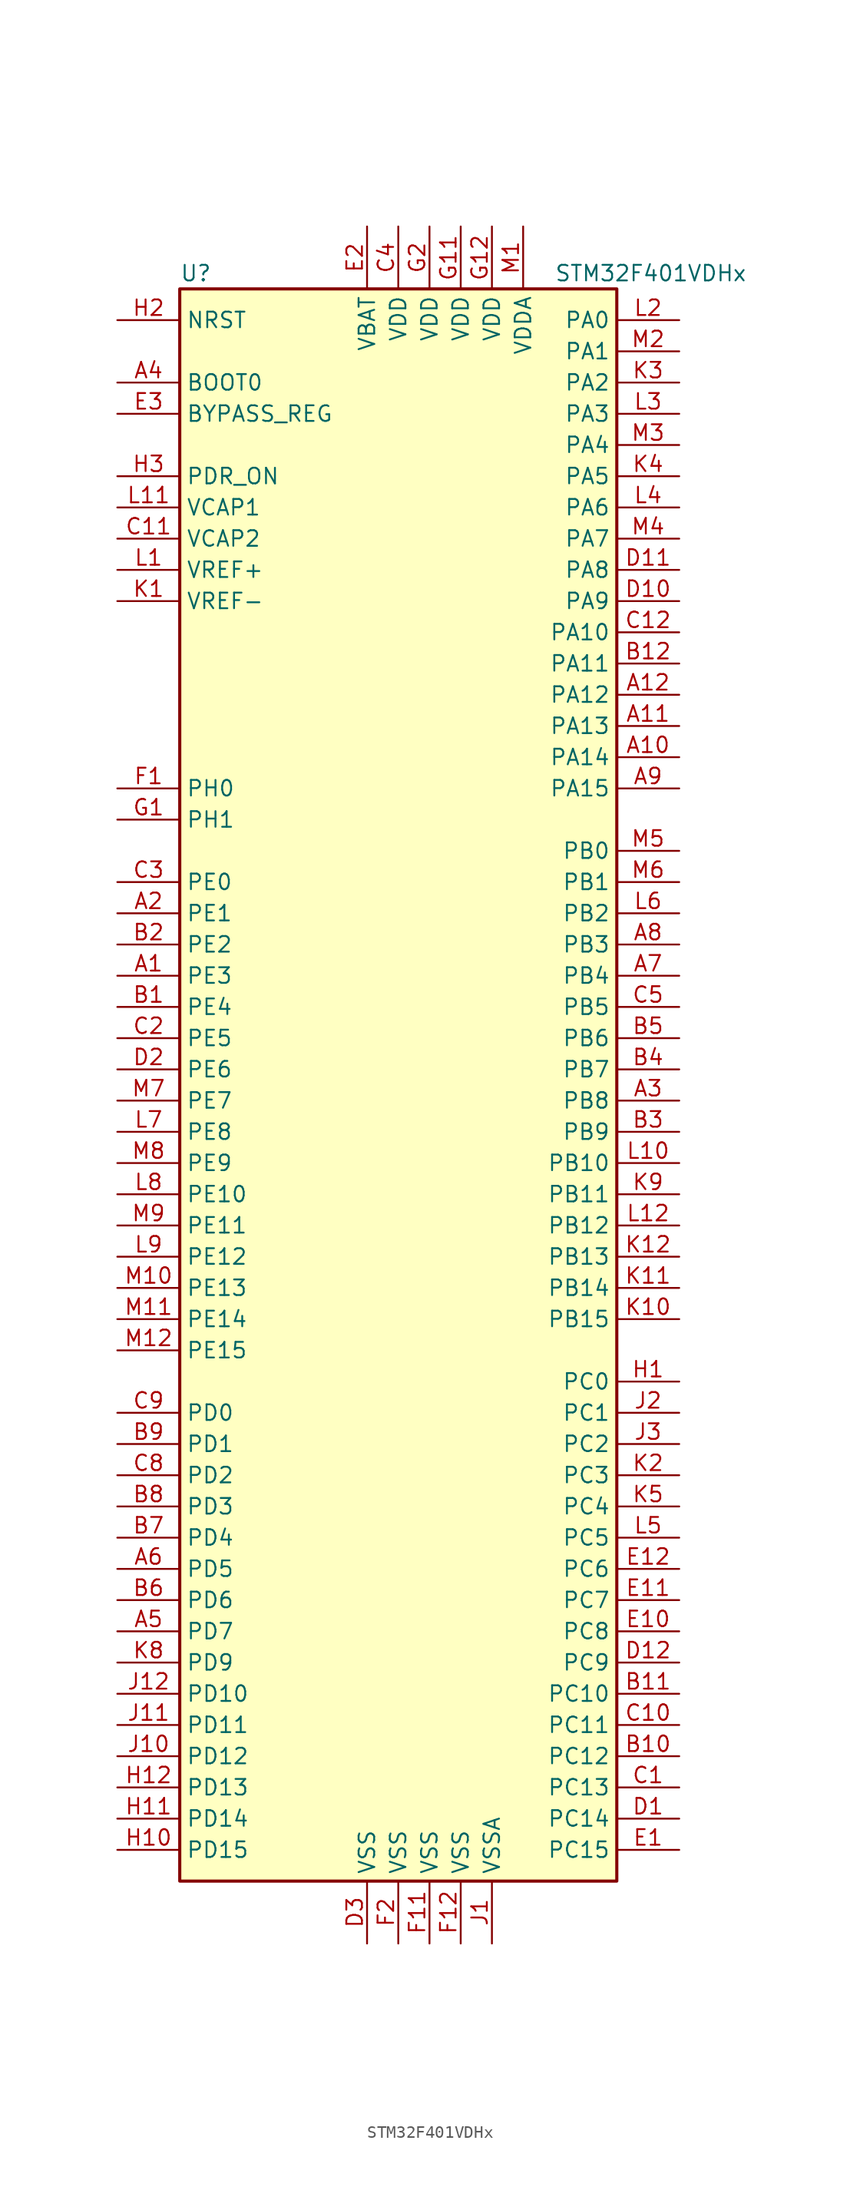
<source format=kicad_sym>
(kicad_symbol_lib
  (version 20211014)
  (generator kicad_symbol_editor)
  (symbol "STM32F401VDHx"
    (property "Reference" "U"
      (at -17.78 64.77 0)
      (effects (font (size 1.27 1.27)) (justify left)))
    (property "Value" "STM32F401VDHx"
      (at 12.7 64.77 0)
      (effects (font (size 1.27 1.27)) (justify left)))
    (symbol "STM32F401VDHx_0_1"
      (rectangle (start -17.78 -66.04) (end 17.78 63.5) (stroke (width 0.254) (type default) (color 0 0 0 0)) (fill (type background))))
    (symbol "STM32F401VDHx_1_1"
      (pin bidirectional line (at -22.86 7.62 0) (length 5.08) (name "PE3" (effects (font (size 1.27 1.27)))) (number "A1" (effects (font (size 1.27 1.27)))))
      (pin bidirectional line (at 22.86 25.4 180) (length 5.08) (name "PA14" (effects (font (size 1.27 1.27)))) (number "A10" (effects (font (size 1.27 1.27)))))
      (pin bidirectional line (at 22.86 27.94 180) (length 5.08) (name "PA13" (effects (font (size 1.27 1.27)))) (number "A11" (effects (font (size 1.27 1.27)))))
      (pin bidirectional line (at 22.86 30.48 180) (length 5.08) (name "PA12" (effects (font (size 1.27 1.27)))) (number "A12" (effects (font (size 1.27 1.27)))))
      (pin bidirectional line (at -22.86 12.7 0) (length 5.08) (name "PE1" (effects (font (size 1.27 1.27)))) (number "A2" (effects (font (size 1.27 1.27)))))
      (pin bidirectional line (at 22.86 -2.54 180) (length 5.08) (name "PB8" (effects (font (size 1.27 1.27)))) (number "A3" (effects (font (size 1.27 1.27)))))
      (pin input line (at -22.86 55.88 0) (length 5.08) (name "BOOT0" (effects (font (size 1.27 1.27)))) (number "A4" (effects (font (size 1.27 1.27)))))
      (pin bidirectional line (at -22.86 -45.72 0) (length 5.08) (name "PD7" (effects (font (size 1.27 1.27)))) (number "A5" (effects (font (size 1.27 1.27)))))
      (pin bidirectional line (at -22.86 -40.64 0) (length 5.08) (name "PD5" (effects (font (size 1.27 1.27)))) (number "A6" (effects (font (size 1.27 1.27)))))
      (pin bidirectional line (at 22.86 7.62 180) (length 5.08) (name "PB4" (effects (font (size 1.27 1.27)))) (number "A7" (effects (font (size 1.27 1.27)))))
      (pin bidirectional line (at 22.86 10.16 180) (length 5.08) (name "PB3" (effects (font (size 1.27 1.27)))) (number "A8" (effects (font (size 1.27 1.27)))))
      (pin bidirectional line (at 22.86 22.86 180) (length 5.08) (name "PA15" (effects (font (size 1.27 1.27)))) (number "A9" (effects (font (size 1.27 1.27)))))
      (pin bidirectional line (at -22.86 5.08 0) (length 5.08) (name "PE4" (effects (font (size 1.27 1.27)))) (number "B1" (effects (font (size 1.27 1.27)))))
      (pin bidirectional line (at 22.86 -55.88 180) (length 5.08) (name "PC12" (effects (font (size 1.27 1.27)))) (number "B10" (effects (font (size 1.27 1.27)))))
      (pin bidirectional line (at 22.86 -50.8 180) (length 5.08) (name "PC10" (effects (font (size 1.27 1.27)))) (number "B11" (effects (font (size 1.27 1.27)))))
      (pin bidirectional line (at 22.86 33.02 180) (length 5.08) (name "PA11" (effects (font (size 1.27 1.27)))) (number "B12" (effects (font (size 1.27 1.27)))))
      (pin bidirectional line (at -22.86 10.16 0) (length 5.08) (name "PE2" (effects (font (size 1.27 1.27)))) (number "B2" (effects (font (size 1.27 1.27)))))
      (pin bidirectional line (at 22.86 -5.08 180) (length 5.08) (name "PB9" (effects (font (size 1.27 1.27)))) (number "B3" (effects (font (size 1.27 1.27)))))
      (pin bidirectional line (at 22.86 0 180) (length 5.08) (name "PB7" (effects (font (size 1.27 1.27)))) (number "B4" (effects (font (size 1.27 1.27)))))
      (pin bidirectional line (at 22.86 2.54 180) (length 5.08) (name "PB6" (effects (font (size 1.27 1.27)))) (number "B5" (effects (font (size 1.27 1.27)))))
      (pin bidirectional line (at -22.86 -43.18 0) (length 5.08) (name "PD6" (effects (font (size 1.27 1.27)))) (number "B6" (effects (font (size 1.27 1.27)))))
      (pin bidirectional line (at -22.86 -38.1 0) (length 5.08) (name "PD4" (effects (font (size 1.27 1.27)))) (number "B7" (effects (font (size 1.27 1.27)))))
      (pin bidirectional line (at -22.86 -35.56 0) (length 5.08) (name "PD3" (effects (font (size 1.27 1.27)))) (number "B8" (effects (font (size 1.27 1.27)))))
      (pin bidirectional line (at -22.86 -30.48 0) (length 5.08) (name "PD1" (effects (font (size 1.27 1.27)))) (number "B9" (effects (font (size 1.27 1.27)))))
      (pin bidirectional line (at 22.86 -58.42 180) (length 5.08) (name "PC13" (effects (font (size 1.27 1.27)))) (number "C1" (effects (font (size 1.27 1.27)))))
      (pin bidirectional line (at 22.86 -53.34 180) (length 5.08) (name "PC11" (effects (font (size 1.27 1.27)))) (number "C10" (effects (font (size 1.27 1.27)))))
      (pin power_in line (at -22.86 43.18 0) (length 5.08) (name "VCAP2" (effects (font (size 1.27 1.27)))) (number "C11" (effects (font (size 1.27 1.27)))))
      (pin bidirectional line (at 22.86 35.56 180) (length 5.08) (name "PA10" (effects (font (size 1.27 1.27)))) (number "C12" (effects (font (size 1.27 1.27)))))
      (pin bidirectional line (at -22.86 2.54 0) (length 5.08) (name "PE5" (effects (font (size 1.27 1.27)))) (number "C2" (effects (font (size 1.27 1.27)))))
      (pin bidirectional line (at -22.86 15.24 0) (length 5.08) (name "PE0" (effects (font (size 1.27 1.27)))) (number "C3" (effects (font (size 1.27 1.27)))))
      (pin power_in line (at 0 68.58 270) (length 5.08) (name "VDD" (effects (font (size 1.27 1.27)))) (number "C4" (effects (font (size 1.27 1.27)))))
      (pin bidirectional line (at 22.86 5.08 180) (length 5.08) (name "PB5" (effects (font (size 1.27 1.27)))) (number "C5" (effects (font (size 1.27 1.27)))))
      (pin bidirectional line (at -22.86 -33.02 0) (length 5.08) (name "PD2" (effects (font (size 1.27 1.27)))) (number "C8" (effects (font (size 1.27 1.27)))))
      (pin bidirectional line (at -22.86 -27.94 0) (length 5.08) (name "PD0" (effects (font (size 1.27 1.27)))) (number "C9" (effects (font (size 1.27 1.27)))))
      (pin bidirectional line (at 22.86 -60.96 180) (length 5.08) (name "PC14" (effects (font (size 1.27 1.27)))) (number "D1" (effects (font (size 1.27 1.27)))))
      (pin bidirectional line (at 22.86 38.1 180) (length 5.08) (name "PA9" (effects (font (size 1.27 1.27)))) (number "D10" (effects (font (size 1.27 1.27)))))
      (pin bidirectional line (at 22.86 40.64 180) (length 5.08) (name "PA8" (effects (font (size 1.27 1.27)))) (number "D11" (effects (font (size 1.27 1.27)))))
      (pin bidirectional line (at 22.86 -48.26 180) (length 5.08) (name "PC9" (effects (font (size 1.27 1.27)))) (number "D12" (effects (font (size 1.27 1.27)))))
      (pin bidirectional line (at -22.86 0 0) (length 5.08) (name "PE6" (effects (font (size 1.27 1.27)))) (number "D2" (effects (font (size 1.27 1.27)))))
      (pin power_in line (at -2.54 -71.12 90) (length 5.08) (name "VSS" (effects (font (size 1.27 1.27)))) (number "D3" (effects (font (size 1.27 1.27)))))
      (pin bidirectional line (at 22.86 -63.5 180) (length 5.08) (name "PC15" (effects (font (size 1.27 1.27)))) (number "E1" (effects (font (size 1.27 1.27)))))
      (pin bidirectional line (at 22.86 -45.72 180) (length 5.08) (name "PC8" (effects (font (size 1.27 1.27)))) (number "E10" (effects (font (size 1.27 1.27)))))
      (pin bidirectional line (at 22.86 -43.18 180) (length 5.08) (name "PC7" (effects (font (size 1.27 1.27)))) (number "E11" (effects (font (size 1.27 1.27)))))
      (pin bidirectional line (at 22.86 -40.64 180) (length 5.08) (name "PC6" (effects (font (size 1.27 1.27)))) (number "E12" (effects (font (size 1.27 1.27)))))
      (pin power_in line (at -2.54 68.58 270) (length 5.08) (name "VBAT" (effects (font (size 1.27 1.27)))) (number "E2" (effects (font (size 1.27 1.27)))))
      (pin input line (at -22.86 53.34 0) (length 5.08) (name "BYPASS_REG" (effects (font (size 1.27 1.27)))) (number "E3" (effects (font (size 1.27 1.27)))))
      (pin input line (at -22.86 22.86 0) (length 5.08) (name "PH0" (effects (font (size 1.27 1.27)))) (number "F1" (effects (font (size 1.27 1.27)))))
      (pin power_in line (at 2.54 -71.12 90) (length 5.08) (name "VSS" (effects (font (size 1.27 1.27)))) (number "F11" (effects (font (size 1.27 1.27)))))
      (pin power_in line (at 5.08 -71.12 90) (length 5.08) (name "VSS" (effects (font (size 1.27 1.27)))) (number "F12" (effects (font (size 1.27 1.27)))))
      (pin power_in line (at 0 -71.12 90) (length 5.08) (name "VSS" (effects (font (size 1.27 1.27)))) (number "F2" (effects (font (size 1.27 1.27)))))
      (pin input line (at -22.86 20.32 0) (length 5.08) (name "PH1" (effects (font (size 1.27 1.27)))) (number "G1" (effects (font (size 1.27 1.27)))))
      (pin power_in line (at 5.08 68.58 270) (length 5.08) (name "VDD" (effects (font (size 1.27 1.27)))) (number "G11" (effects (font (size 1.27 1.27)))))
      (pin power_in line (at 7.62 68.58 270) (length 5.08) (name "VDD" (effects (font (size 1.27 1.27)))) (number "G12" (effects (font (size 1.27 1.27)))))
      (pin power_in line (at 2.54 68.58 270) (length 5.08) (name "VDD" (effects (font (size 1.27 1.27)))) (number "G2" (effects (font (size 1.27 1.27)))))
      (pin bidirectional line (at 22.86 -25.4 180) (length 5.08) (name "PC0" (effects (font (size 1.27 1.27)))) (number "H1" (effects (font (size 1.27 1.27)))))
      (pin bidirectional line (at -22.86 -63.5 0) (length 5.08) (name "PD15" (effects (font (size 1.27 1.27)))) (number "H10" (effects (font (size 1.27 1.27)))))
      (pin bidirectional line (at -22.86 -60.96 0) (length 5.08) (name "PD14" (effects (font (size 1.27 1.27)))) (number "H11" (effects (font (size 1.27 1.27)))))
      (pin bidirectional line (at -22.86 -58.42 0) (length 5.08) (name "PD13" (effects (font (size 1.27 1.27)))) (number "H12" (effects (font (size 1.27 1.27)))))
      (pin input line (at -22.86 60.96 0) (length 5.08) (name "NRST" (effects (font (size 1.27 1.27)))) (number "H2" (effects (font (size 1.27 1.27)))))
      (pin power_in line (at -22.86 48.26 0) (length 5.08) (name "PDR_ON" (effects (font (size 1.27 1.27)))) (number "H3" (effects (font (size 1.27 1.27)))))
      (pin power_in line (at 7.62 -71.12 90) (length 5.08) (name "VSSA" (effects (font (size 1.27 1.27)))) (number "J1" (effects (font (size 1.27 1.27)))))
      (pin bidirectional line (at -22.86 -55.88 0) (length 5.08) (name "PD12" (effects (font (size 1.27 1.27)))) (number "J10" (effects (font (size 1.27 1.27)))))
      (pin bidirectional line (at -22.86 -53.34 0) (length 5.08) (name "PD11" (effects (font (size 1.27 1.27)))) (number "J11" (effects (font (size 1.27 1.27)))))
      (pin bidirectional line (at -22.86 -50.8 0) (length 5.08) (name "PD10" (effects (font (size 1.27 1.27)))) (number "J12" (effects (font (size 1.27 1.27)))))
      (pin bidirectional line (at 22.86 -27.94 180) (length 5.08) (name "PC1" (effects (font (size 1.27 1.27)))) (number "J2" (effects (font (size 1.27 1.27)))))
      (pin bidirectional line (at 22.86 -30.48 180) (length 5.08) (name "PC2" (effects (font (size 1.27 1.27)))) (number "J3" (effects (font (size 1.27 1.27)))))
      (pin power_in line (at -22.86 38.1 0) (length 5.08) (name "VREF-" (effects (font (size 1.27 1.27)))) (number "K1" (effects (font (size 1.27 1.27)))))
      (pin bidirectional line (at 22.86 -20.32 180) (length 5.08) (name "PB15" (effects (font (size 1.27 1.27)))) (number "K10" (effects (font (size 1.27 1.27)))))
      (pin bidirectional line (at 22.86 -17.78 180) (length 5.08) (name "PB14" (effects (font (size 1.27 1.27)))) (number "K11" (effects (font (size 1.27 1.27)))))
      (pin bidirectional line (at 22.86 -15.24 180) (length 5.08) (name "PB13" (effects (font (size 1.27 1.27)))) (number "K12" (effects (font (size 1.27 1.27)))))
      (pin bidirectional line (at 22.86 -33.02 180) (length 5.08) (name "PC3" (effects (font (size 1.27 1.27)))) (number "K2" (effects (font (size 1.27 1.27)))))
      (pin bidirectional line (at 22.86 55.88 180) (length 5.08) (name "PA2" (effects (font (size 1.27 1.27)))) (number "K3" (effects (font (size 1.27 1.27)))))
      (pin bidirectional line (at 22.86 48.26 180) (length 5.08) (name "PA5" (effects (font (size 1.27 1.27)))) (number "K4" (effects (font (size 1.27 1.27)))))
      (pin bidirectional line (at 22.86 -35.56 180) (length 5.08) (name "PC4" (effects (font (size 1.27 1.27)))) (number "K5" (effects (font (size 1.27 1.27)))))
      (pin bidirectional line (at -22.86 -48.26 0) (length 5.08) (name "PD9" (effects (font (size 1.27 1.27)))) (number "K8" (effects (font (size 1.27 1.27)))))
      (pin bidirectional line (at 22.86 -10.16 180) (length 5.08) (name "PB11" (effects (font (size 1.27 1.27)))) (number "K9" (effects (font (size 1.27 1.27)))))
      (pin power_in line (at -22.86 40.64 0) (length 5.08) (name "VREF+" (effects (font (size 1.27 1.27)))) (number "L1" (effects (font (size 1.27 1.27)))))
      (pin bidirectional line (at 22.86 -7.62 180) (length 5.08) (name "PB10" (effects (font (size 1.27 1.27)))) (number "L10" (effects (font (size 1.27 1.27)))))
      (pin power_in line (at -22.86 45.72 0) (length 5.08) (name "VCAP1" (effects (font (size 1.27 1.27)))) (number "L11" (effects (font (size 1.27 1.27)))))
      (pin bidirectional line (at 22.86 -12.7 180) (length 5.08) (name "PB12" (effects (font (size 1.27 1.27)))) (number "L12" (effects (font (size 1.27 1.27)))))
      (pin bidirectional line (at 22.86 60.96 180) (length 5.08) (name "PA0" (effects (font (size 1.27 1.27)))) (number "L2" (effects (font (size 1.27 1.27)))))
      (pin bidirectional line (at 22.86 53.34 180) (length 5.08) (name "PA3" (effects (font (size 1.27 1.27)))) (number "L3" (effects (font (size 1.27 1.27)))))
      (pin bidirectional line (at 22.86 45.72 180) (length 5.08) (name "PA6" (effects (font (size 1.27 1.27)))) (number "L4" (effects (font (size 1.27 1.27)))))
      (pin bidirectional line (at 22.86 -38.1 180) (length 5.08) (name "PC5" (effects (font (size 1.27 1.27)))) (number "L5" (effects (font (size 1.27 1.27)))))
      (pin bidirectional line (at 22.86 12.7 180) (length 5.08) (name "PB2" (effects (font (size 1.27 1.27)))) (number "L6" (effects (font (size 1.27 1.27)))))
      (pin bidirectional line (at -22.86 -5.08 0) (length 5.08) (name "PE8" (effects (font (size 1.27 1.27)))) (number "L7" (effects (font (size 1.27 1.27)))))
      (pin bidirectional line (at -22.86 -10.16 0) (length 5.08) (name "PE10" (effects (font (size 1.27 1.27)))) (number "L8" (effects (font (size 1.27 1.27)))))
      (pin bidirectional line (at -22.86 -15.24 0) (length 5.08) (name "PE12" (effects (font (size 1.27 1.27)))) (number "L9" (effects (font (size 1.27 1.27)))))
      (pin power_in line (at 10.16 68.58 270) (length 5.08) (name "VDDA" (effects (font (size 1.27 1.27)))) (number "M1" (effects (font (size 1.27 1.27)))))
      (pin bidirectional line (at -22.86 -17.78 0) (length 5.08) (name "PE13" (effects (font (size 1.27 1.27)))) (number "M10" (effects (font (size 1.27 1.27)))))
      (pin bidirectional line (at -22.86 -20.32 0) (length 5.08) (name "PE14" (effects (font (size 1.27 1.27)))) (number "M11" (effects (font (size 1.27 1.27)))))
      (pin bidirectional line (at -22.86 -22.86 0) (length 5.08) (name "PE15" (effects (font (size 1.27 1.27)))) (number "M12" (effects (font (size 1.27 1.27)))))
      (pin bidirectional line (at 22.86 58.42 180) (length 5.08) (name "PA1" (effects (font (size 1.27 1.27)))) (number "M2" (effects (font (size 1.27 1.27)))))
      (pin bidirectional line (at 22.86 50.8 180) (length 5.08) (name "PA4" (effects (font (size 1.27 1.27)))) (number "M3" (effects (font (size 1.27 1.27)))))
      (pin bidirectional line (at 22.86 43.18 180) (length 5.08) (name "PA7" (effects (font (size 1.27 1.27)))) (number "M4" (effects (font (size 1.27 1.27)))))
      (pin bidirectional line (at 22.86 17.78 180) (length 5.08) (name "PB0" (effects (font (size 1.27 1.27)))) (number "M5" (effects (font (size 1.27 1.27)))))
      (pin bidirectional line (at 22.86 15.24 180) (length 5.08) (name "PB1" (effects (font (size 1.27 1.27)))) (number "M6" (effects (font (size 1.27 1.27)))))
      (pin bidirectional line (at -22.86 -2.54 0) (length 5.08) (name "PE7" (effects (font (size 1.27 1.27)))) (number "M7" (effects (font (size 1.27 1.27)))))
      (pin bidirectional line (at -22.86 -7.62 0) (length 5.08) (name "PE9" (effects (font (size 1.27 1.27)))) (number "M8" (effects (font (size 1.27 1.27)))))
      (pin bidirectional line (at -22.86 -12.7 0) (length 5.08) (name "PE11" (effects (font (size 1.27 1.27)))) (number "M9" (effects (font (size 1.27 1.27))))))))
</source>
